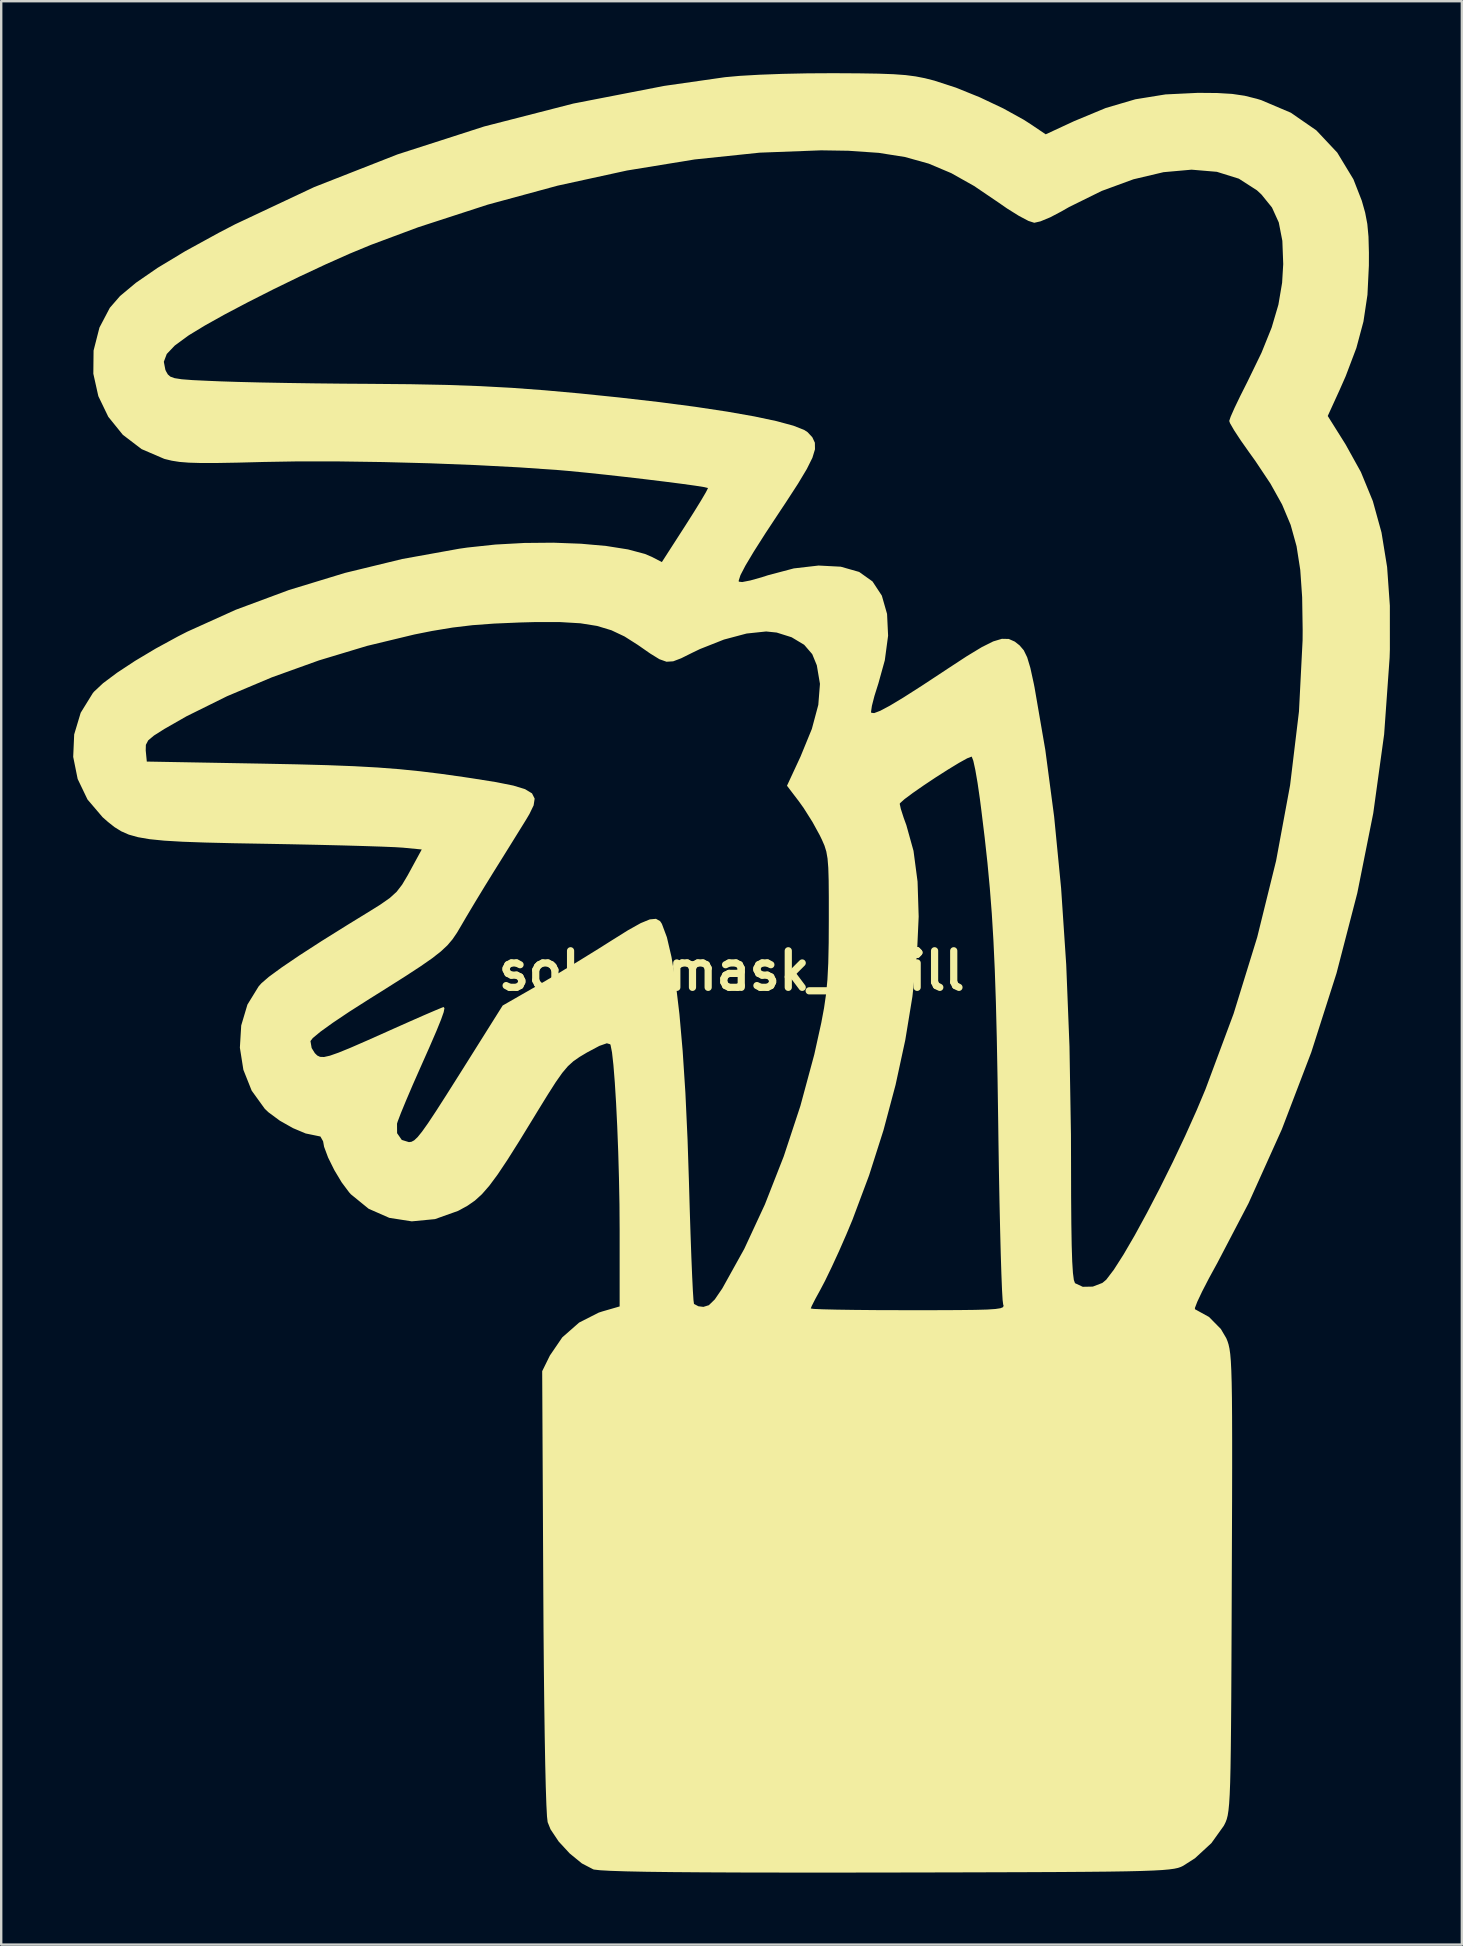
<source format=kicad_pcb>
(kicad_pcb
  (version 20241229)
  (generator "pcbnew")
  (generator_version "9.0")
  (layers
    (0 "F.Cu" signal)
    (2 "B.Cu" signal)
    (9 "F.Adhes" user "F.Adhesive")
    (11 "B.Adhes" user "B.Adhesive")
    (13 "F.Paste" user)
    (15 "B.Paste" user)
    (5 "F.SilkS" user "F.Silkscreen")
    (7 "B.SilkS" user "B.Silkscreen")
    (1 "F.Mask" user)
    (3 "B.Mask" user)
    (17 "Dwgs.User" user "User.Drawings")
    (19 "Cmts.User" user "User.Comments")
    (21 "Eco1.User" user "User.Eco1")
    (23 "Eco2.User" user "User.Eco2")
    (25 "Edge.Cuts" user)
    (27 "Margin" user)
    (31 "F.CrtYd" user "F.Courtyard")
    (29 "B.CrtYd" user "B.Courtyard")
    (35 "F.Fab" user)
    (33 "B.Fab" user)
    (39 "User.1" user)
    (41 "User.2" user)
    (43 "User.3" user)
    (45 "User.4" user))
  (footprint "soldermask_infill"
    (layer "F.Cu")
    (at 27.437 37.401)
    (property "Reference" "soldermask_infill" (at 0 0 0) (layer "F.SilkS") (effects (font (size 1.524 1.524) (thickness 0.3))))
    (attr board_only exclude_from_pos_files exclude_from_bom)
    (fp_poly (pts (xy 4.256 -37.401) (xy 5.297 -37.395) (xy 6.111 -37.382) (xy 6.746 -37.359) (xy 7.249 -37.322) (xy 7.669 -37.267) (xy 8.052 -37.192) (xy 8.444 -37.092) (xy 9.345 -36.799) (xy 10.338 -36.397) (xy 11.316 -35.934) (xy 12.175 -35.459) (xy 12.464 -35.273) (xy 13.086 -34.854) (xy 14.271 -35.404) (xy 15.587 -35.951) (xy 16.822 -36.314) (xy 18.077 -36.517) (xy 19.428 -36.582) (xy 20.235 -36.575) (xy 20.856 -36.538) (xy 21.377 -36.461) (xy 21.884 -36.334) (xy 22.065 -36.279) (xy 23.298 -35.755) (xy 24.359 -35.022) (xy 25.233 -34.093) (xy 25.907 -32.981) (xy 26.256 -32.088) (xy 26.396 -31.592) (xy 26.486 -31.12) (xy 26.535 -30.589) (xy 26.553 -29.917) (xy 26.551 -29.382) (xy 26.492 -28.167) (xy 26.325 -27.053) (xy 26.03 -25.952) (xy 25.584 -24.774) (xy 25.322 -24.18) (xy 24.837 -23.118) (xy 25.577 -21.939) (xy 26.218 -20.783) (xy 26.716 -19.571) (xy 27.077 -18.264) (xy 27.311 -16.824) (xy 27.425 -15.212) (xy 27.426 -13.391) (xy 27.415 -13.043) (xy 27.187 -9.852) (xy 26.734 -6.569) (xy 26.068 -3.237) (xy 25.203 0.1) (xy 24.151 3.395) (xy 22.924 6.606) (xy 21.536 9.687) (xy 20.24 12.167) (xy 19.888 12.811) (xy 19.601 13.367) (xy 19.4 13.793) (xy 19.303 14.047) (xy 19.304 14.101) (xy 19.89 14.424) (xy 20.384 14.926) (xy 20.608 15.306) (xy 20.66 15.432) (xy 20.704 15.57) (xy 20.742 15.742) (xy 20.774 15.966) (xy 20.799 16.264) (xy 20.819 16.655) (xy 20.834 17.16) (xy 20.845 17.799) (xy 20.851 18.592) (xy 20.854 19.56) (xy 20.854 20.722) (xy 20.851 22.099) (xy 20.845 23.711) (xy 20.838 25.497) (xy 20.831 27.35) (xy 20.824 28.948) (xy 20.817 30.313) (xy 20.808 31.462) (xy 20.798 32.418) (xy 20.786 33.199) (xy 20.771 33.826) (xy 20.752 34.319) (xy 20.729 34.698) (xy 20.701 34.983) (xy 20.668 35.195) (xy 20.628 35.352) (xy 20.581 35.476) (xy 20.527 35.586) (xy 20.504 35.629) (xy 19.989 36.348) (xy 19.304 36.979) (xy 18.81 37.295) (xy 18.715 37.34) (xy 18.599 37.38) (xy 18.443 37.414) (xy 18.23 37.443) (xy 17.943 37.469) (xy 17.562 37.49) (xy 17.072 37.508) (xy 16.453 37.523) (xy 15.688 37.535) (xy 14.76 37.544) (xy 13.65 37.552) (xy 12.34 37.558) (xy 10.814 37.563) (xy 9.053 37.568) (xy 7.039 37.572) (xy 6.522 37.573) (xy 4.21 37.576) (xy 2.163 37.575) (xy 0.373 37.572) (xy -1.169 37.565) (xy -2.473 37.555) (xy -3.547 37.542) (xy -4.401 37.524) (xy -5.044 37.503) (xy -5.483 37.478) (xy -5.73 37.45) (xy -5.766 37.441) (xy -6.242 37.193) (xy -6.747 36.78) (xy -7.208 36.281) (xy -7.547 35.774) (xy -7.668 35.473) (xy -7.695 35.233) (xy -7.721 34.736) (xy -7.746 34.001) (xy -7.769 33.047) (xy -7.79 31.891) (xy -7.809 30.552) (xy -7.826 29.048) (xy -7.84 27.398) (xy -7.849 25.812) (xy -7.895 16.682) (xy -7.574 16.03) (xy -7.059 15.275) (xy -6.357 14.658) (xy -5.54 14.243) (xy -5.393 14.195) (xy -4.964 14.071) (xy 3.295 14.071) (xy 3.427 14.089) (xy 3.799 14.105) (xy 4.379 14.119) (xy 5.132 14.13) (xy 6.024 14.138) (xy 7.022 14.141) (xy 7.36 14.142) (xy 8.523 14.141) (xy 9.439 14.137) (xy 10.137 14.129) (xy 10.644 14.115) (xy 10.989 14.092) (xy 11.2 14.06) (xy 11.305 14.017) (xy 11.331 13.961) (xy 11.313 13.901) (xy 11.29 13.721) (xy 11.265 13.293) (xy 11.239 12.643) (xy 11.212 11.798) (xy 11.186 10.785) (xy 11.16 9.63) (xy 11.136 8.359) (xy 11.115 6.999) (xy 11.108 6.453) (xy 11.079 4.507) (xy 11.047 2.8) (xy 11.009 1.293) (xy 10.963 -0.048) (xy 10.907 -1.261) (xy 10.839 -2.383) (xy 10.756 -3.45) (xy 10.658 -4.498) (xy 10.541 -5.564) (xy 10.404 -6.685) (xy 10.342 -7.167) (xy 10.247 -7.823) (xy 10.153 -8.368) (xy 10.069 -8.751) (xy 10.004 -8.92) (xy 9.996 -8.924) (xy 9.813 -8.853) (xy 9.469 -8.662) (xy 9.017 -8.387) (xy 8.51 -8.064) (xy 8.004 -7.727) (xy 7.551 -7.412) (xy 7.204 -7.154) (xy 7.019 -6.988) (xy 7.002 -6.957) (xy 7.048 -6.747) (xy 7.167 -6.376) (xy 7.279 -6.068) (xy 7.577 -4.997) (xy 7.746 -3.717) (xy 7.792 -2.258) (xy 7.719 -0.651) (xy 7.531 1.074) (xy 7.234 2.885) (xy 6.83 4.751) (xy 6.326 6.642) (xy 5.725 8.527) (xy 5.033 10.375) (xy 4.779 10.984) (xy 4.477 11.674) (xy 4.167 12.347) (xy 3.889 12.922) (xy 3.7 13.281) (xy 3.485 13.674) (xy 3.338 13.963) (xy 3.295 14.071) (xy -4.964 14.071) (xy -4.668 13.985) (xy -4.668 10.789) (xy -4.675 9.735) (xy -4.696 8.642) (xy -4.727 7.549) (xy -4.768 6.493) (xy -4.816 5.512) (xy -4.87 4.645) (xy -4.927 3.928) (xy -4.986 3.4) (xy -5.045 3.099) (xy -5.06 3.062) (xy -5.201 3.02) (xy -5.512 3.129) (xy -6.017 3.398) (xy -6.03 3.405) (xy -6.343 3.592) (xy -6.598 3.77) (xy -6.826 3.978) (xy -7.06 4.255) (xy -7.331 4.64) (xy -7.671 5.173) (xy -8.113 5.891) (xy -8.246 6.11) (xy -8.854 7.102) (xy -9.35 7.888) (xy -9.758 8.498) (xy -10.102 8.961) (xy -10.407 9.31) (xy -10.699 9.575) (xy -11.002 9.786) (xy -11.341 9.973) (xy -11.407 10.007) (xy -12.362 10.347) (xy -13.329 10.44) (xy -14.266 10.294) (xy -15.126 9.916) (xy -15.866 9.313) (xy -15.938 9.233) (xy -16.25 8.816) (xy -16.557 8.304) (xy -16.816 7.781) (xy -16.983 7.332) (xy -17.024 7.105) (xy -17.136 6.905) (xy -17.334 6.864) (xy -17.751 6.778) (xy -18.278 6.556) (xy -18.825 6.247) (xy -19.298 5.898) (xy -19.455 5.749) (xy -20 4.994) (xy -20.346 4.126) (xy -20.492 3.202) (xy -20.436 2.277) (xy -20.177 1.408) (xy -19.712 0.652) (xy -19.595 0.52) (xy -19.288 0.254) (xy -18.758 -0.134) (xy -18.022 -0.634) (xy -17.096 -1.233) (xy -15.996 -1.92) (xy -15.24 -2.384) (xy -14.655 -2.747) (xy -14.248 -3.031) (xy -13.96 -3.293) (xy -13.731 -3.59) (xy -13.499 -3.98) (xy -13.425 -4.116) (xy -12.914 -5.055) (xy -13.7 -5.131) (xy -14.021 -5.151) (xy -14.58 -5.174) (xy -15.337 -5.199) (xy -16.255 -5.225) (xy -17.297 -5.25) (xy -18.424 -5.274) (xy -19.359 -5.291) (xy -20.769 -5.316) (xy -21.933 -5.344) (xy -22.883 -5.378) (xy -23.646 -5.423) (xy -24.254 -5.484) (xy -24.735 -5.567) (xy -25.119 -5.674) (xy -25.435 -5.813) (xy -25.714 -5.986) (xy -25.985 -6.2) (xy -26.212 -6.4) (xy -26.841 -7.138) (xy -27.251 -7.993) (xy -27.437 -8.913) (xy -27.425 -9.184) (xy -24.415 -9.184) (xy -24.412 -9.15) (xy -24.37 -8.718) (xy -19.634 -8.633) (xy -18.121 -8.603) (xy -16.836 -8.568) (xy -15.728 -8.525) (xy -14.75 -8.471) (xy -13.853 -8.402) (xy -12.99 -8.315) (xy -12.111 -8.207) (xy -11.169 -8.074) (xy -10.778 -8.015) (xy -9.813 -7.861) (xy -9.098 -7.718) (xy -8.608 -7.568) (xy -8.319 -7.393) (xy -8.209 -7.174) (xy -8.252 -6.893) (xy -8.427 -6.532) (xy -8.565 -6.299) (xy -8.827 -5.876) (xy -9.183 -5.302) (xy -9.583 -4.659) (xy -9.899 -4.153) (xy -10.302 -3.501) (xy -10.706 -2.836) (xy -11.057 -2.248) (xy -11.258 -1.903) (xy -11.446 -1.585) (xy -11.631 -1.313) (xy -11.844 -1.062) (xy -12.117 -0.807) (xy -12.479 -0.523) (xy -12.963 -0.186) (xy -13.598 0.229) (xy -14.415 0.746) (xy -15.087 1.167) (xy -15.93 1.704) (xy -16.619 2.166) (xy -17.134 2.537) (xy -17.452 2.8) (xy -17.551 2.928) (xy -17.501 3.218) (xy -17.368 3.432) (xy -17.268 3.53) (xy -17.151 3.586) (xy -16.986 3.592) (xy -16.74 3.537) (xy -16.38 3.41) (xy -15.873 3.203) (xy -15.188 2.904) (xy -14.291 2.504) (xy -14.104 2.42) (xy -13.416 2.114) (xy -12.819 1.851) (xy -12.356 1.652) (xy -12.071 1.534) (xy -12.001 1.51) (xy -11.968 1.559) (xy -12 1.724) (xy -12.108 2.03) (xy -12.301 2.506) (xy -12.591 3.177) (xy -12.986 4.067) (xy -13.295 4.767) (xy -13.567 5.405) (xy -13.782 5.926) (xy -13.915 6.276) (xy -13.944 6.369) (xy -13.941 6.766) (xy -13.746 7.047) (xy -13.448 7.139) (xy -13.341 7.124) (xy -13.227 7.063) (xy -13.085 6.929) (xy -12.899 6.698) (xy -12.649 6.346) (xy -12.318 5.846) (xy -11.887 5.174) (xy -11.338 4.305) (xy -11.052 3.851) (xy -9.542 1.447) (xy -8.032 0.58) (xy -7.262 0.128) (xy -6.389 -0.399) (xy -5.539 -0.924) (xy -5.036 -1.242) (xy -4.318 -1.691) (xy -3.788 -1.987) (xy -3.411 -2.142) (xy -3.155 -2.166) (xy -2.985 -2.072) (xy -2.908 -1.956) (xy -2.699 -1.397) (xy -2.507 -0.575) (xy -2.333 0.496) (xy -2.177 1.805) (xy -2.042 3.339) (xy -1.928 5.086) (xy -1.838 7.034) (xy -1.781 8.766) (xy -1.748 9.913) (xy -1.714 10.973) (xy -1.68 11.915) (xy -1.647 12.709) (xy -1.617 13.322) (xy -1.591 13.723) (xy -1.57 13.881) (xy -1.387 13.978) (xy -1.178 14.004) (xy -0.951 13.934) (xy -0.704 13.694) (xy -0.397 13.245) (xy -0.379 13.215) (xy 0.527 11.583) (xy 1.384 9.736) (xy 2.17 7.732) (xy 2.863 5.631) (xy 3.442 3.49) (xy 3.734 2.168) (xy 3.849 1.551) (xy 3.933 0.973) (xy 3.99 0.371) (xy 4.025 -0.319) (xy 4.043 -1.161) (xy 4.048 -2.128) (xy 4.048 -3.063) (xy 4.042 -3.769) (xy 4.026 -4.292) (xy 3.995 -4.677) (xy 3.944 -4.969) (xy 3.868 -5.215) (xy 3.761 -5.46) (xy 3.671 -5.646) (xy 3.365 -6.204) (xy 3 -6.782) (xy 2.798 -7.064) (xy 2.305 -7.711) (xy 2.867 -8.921) (xy 3.341 -10.078) (xy 3.61 -11.081) (xy 3.679 -11.956) (xy 3.548 -12.729) (xy 3.357 -13.194) (xy 3.021 -13.584) (xy 2.498 -13.898) (xy 1.875 -14.094) (xy 1.436 -14.139) (xy 0.622 -14.053) (xy -0.321 -13.802) (xy -1.32 -13.407) (xy -1.65 -13.248) (xy -2.106 -13.021) (xy -2.437 -12.895) (xy -2.715 -12.878) (xy -3.01 -12.983) (xy -3.393 -13.219) (xy -3.918 -13.584) (xy -4.464 -13.931) (xy -5.01 -14.189) (xy -5.606 -14.369) (xy -6.301 -14.48) (xy -7.145 -14.53) (xy -8.186 -14.531) (xy -8.816 -14.514) (xy -9.895 -14.468) (xy -10.8 -14.401) (xy -11.63 -14.302) (xy -12.485 -14.16) (xy -13.218 -14.014) (xy -15.193 -13.538) (xy -17.196 -12.934) (xy -19.162 -12.227) (xy -21.024 -11.442) (xy -22.717 -10.604) (xy -23.64 -10.076) (xy -24.071 -9.803) (xy -24.311 -9.602) (xy -24.409 -9.416) (xy -24.415 -9.184) (xy -27.425 -9.184) (xy -27.396 -9.849) (xy -27.125 -10.752) (xy -26.62 -11.57) (xy -26.572 -11.628) (xy -26.192 -11.984) (xy -25.606 -12.422) (xy -24.86 -12.913) (xy -23.999 -13.427) (xy -23.069 -13.934) (xy -22.681 -14.132) (xy -20.664 -15.043) (xy -18.451 -15.865) (xy -16.115 -16.578) (xy -13.725 -17.159) (xy -11.354 -17.587) (xy -11.013 -17.636) (xy -9.847 -17.761) (xy -8.636 -17.827) (xy -7.43 -17.838) (xy -6.276 -17.795) (xy -5.223 -17.701) (xy -4.319 -17.558) (xy -3.612 -17.369) (xy -3.331 -17.249) (xy -2.909 -17.031) (xy -1.928 -18.554) (xy -1.569 -19.12) (xy -1.275 -19.597) (xy -1.073 -19.941) (xy -0.989 -20.108) (xy -0.989 -20.117) (xy -1.143 -20.154) (xy -1.526 -20.215) (xy -2.09 -20.293) (xy -2.792 -20.383) (xy -3.585 -20.48) (xy -4.425 -20.578) (xy -5.265 -20.672) (xy -6.061 -20.756) (xy -6.767 -20.825) (xy -7.208 -20.863) (xy -8.849 -20.977) (xy -10.664 -21.072) (xy -12.577 -21.147) (xy -14.512 -21.198) (xy -16.394 -21.225) (xy -18.145 -21.225) (xy -19.503 -21.202) (xy -20.593 -21.174) (xy -21.449 -21.159) (xy -22.11 -21.158) (xy -22.617 -21.173) (xy -23.009 -21.204) (xy -23.326 -21.254) (xy -23.608 -21.322) (xy -23.644 -21.332) (xy -24.588 -21.738) (xy -25.37 -22.335) (xy -25.975 -23.084) (xy -26.39 -23.945) (xy -26.598 -24.878) (xy -26.593 -25.376) (xy -23.661 -25.376) (xy -23.596 -25.04) (xy -23.565 -24.974) (xy -23.493 -24.849) (xy -23.389 -24.758) (xy -23.212 -24.694) (xy -22.918 -24.648) (xy -22.463 -24.613) (xy -21.804 -24.582) (xy -21.277 -24.56) (xy -20.56 -24.537) (xy -19.629 -24.514) (xy -18.548 -24.494) (xy -17.38 -24.477) (xy -16.185 -24.464) (xy -15.103 -24.457) (xy -13.388 -24.442) (xy -11.873 -24.412) (xy -10.485 -24.362) (xy -9.148 -24.29) (xy -7.788 -24.189) (xy -6.332 -24.058) (xy -4.704 -23.891) (xy -4.66 -23.886) (xy -3.015 -23.697) (xy -1.52 -23.501) (xy -0.196 -23.301) (xy 0.94 -23.101) (xy 1.868 -22.904) (xy 2.57 -22.714) (xy 3.026 -22.534) (xy 3.164 -22.443) (xy 3.361 -22.231) (xy 3.467 -22.004) (xy 3.472 -21.73) (xy 3.364 -21.376) (xy 3.131 -20.908) (xy 2.763 -20.294) (xy 2.248 -19.501) (xy 2.062 -19.222) (xy 1.413 -18.239) (xy 0.92 -17.464) (xy 0.574 -16.885) (xy 0.367 -16.487) (xy 0.293 -16.258) (xy 0.297 -16.214) (xy 0.438 -16.198) (xy 0.776 -16.264) (xy 1.251 -16.397) (xy 1.51 -16.481) (xy 2.59 -16.767) (xy 3.621 -16.886) (xy 4.546 -16.838) (xy 5.312 -16.62) (xy 5.868 -16.224) (xy 6.257 -15.632) (xy 6.475 -14.87) (xy 6.518 -13.964) (xy 6.381 -12.938) (xy 6.114 -11.976) (xy 5.95 -11.457) (xy 5.843 -11.04) (xy 5.807 -10.79) (xy 5.817 -10.75) (xy 5.939 -10.738) (xy 6.191 -10.834) (xy 6.593 -11.048) (xy 7.161 -11.39) (xy 7.914 -11.871) (xy 8.87 -12.5) (xy 8.996 -12.584) (xy 9.802 -13.111) (xy 10.423 -13.487) (xy 10.897 -13.724) (xy 11.259 -13.833) (xy 11.547 -13.827) (xy 11.796 -13.717) (xy 11.998 -13.558) (xy 12.171 -13.355) (xy 12.314 -13.061) (xy 12.446 -12.62) (xy 12.587 -11.974) (xy 12.62 -11.808) (xy 13.069 -9.202) (xy 13.437 -6.42) (xy 13.727 -3.443) (xy 13.94 -0.257) (xy 14.076 3.156) (xy 14.137 6.812) (xy 14.141 8.039) (xy 14.144 9.423) (xy 14.153 10.551) (xy 14.168 11.443) (xy 14.19 12.116) (xy 14.22 12.59) (xy 14.258 12.883) (xy 14.305 13.014) (xy 14.306 13.016) (xy 14.629 13.167) (xy 15.048 13.159) (xy 15.446 13.006) (xy 15.607 12.872) (xy 15.925 12.454) (xy 16.328 11.823) (xy 16.796 11.02) (xy 17.307 10.083) (xy 17.842 9.054) (xy 18.379 7.973) (xy 18.897 6.878) (xy 19.375 5.811) (xy 19.74 4.943) (xy 20.914 1.789) (xy 21.898 -1.398) (xy 22.685 -4.584) (xy 23.268 -7.731) (xy 23.638 -10.803) (xy 23.789 -13.766) (xy 23.792 -14.21) (xy 23.771 -15.564) (xy 23.692 -16.705) (xy 23.538 -17.691) (xy 23.292 -18.579) (xy 22.935 -19.429) (xy 22.45 -20.299) (xy 21.819 -21.246) (xy 21.555 -21.614) (xy 21.209 -22.105) (xy 20.935 -22.523) (xy 20.767 -22.814) (xy 20.732 -22.91) (xy 20.792 -23.089) (xy 20.955 -23.458) (xy 21.197 -23.961) (xy 21.491 -24.545) (xy 22.076 -25.75) (xy 22.5 -26.801) (xy 22.781 -27.755) (xy 22.936 -28.669) (xy 22.982 -29.45) (xy 22.946 -30.415) (xy 22.797 -31.181) (xy 22.514 -31.804) (xy 22.077 -32.344) (xy 21.887 -32.521) (xy 21.133 -33.006) (xy 20.217 -33.292) (xy 19.163 -33.381) (xy 17.996 -33.277) (xy 16.74 -32.98) (xy 15.419 -32.495) (xy 14.059 -31.824) (xy 13.737 -31.64) (xy 13.276 -31.397) (xy 12.865 -31.227) (xy 12.608 -31.168) (xy 12.366 -31.246) (xy 11.969 -31.456) (xy 11.479 -31.762) (xy 11.121 -32.01) (xy 10.102 -32.701) (xy 9.151 -33.236) (xy 8.21 -33.633) (xy 7.222 -33.909) (xy 6.127 -34.082) (xy 4.867 -34.169) (xy 3.729 -34.187) (xy 1.169 -34.09) (xy -1.542 -33.807) (xy -4.363 -33.346) (xy -7.252 -32.715) (xy -10.167 -31.923) (xy -13.067 -30.98) (xy -15.034 -30.247) (xy -15.913 -29.883) (xy -16.917 -29.436) (xy -17.993 -28.933) (xy -19.088 -28.4) (xy -20.148 -27.863) (xy -21.12 -27.351) (xy -21.951 -26.887) (xy -22.588 -26.5) (xy -22.642 -26.465) (xy -23.206 -26.051) (xy -23.539 -25.701) (xy -23.661 -25.376) (xy -26.593 -25.376) (xy -26.588 -25.844) (xy -26.343 -26.802) (xy -25.911 -27.625) (xy -25.486 -28.115) (xy -24.824 -28.668) (xy -23.921 -29.29) (xy -22.769 -29.985) (xy -21.364 -30.755) (xy -20.693 -31.104) (xy -17.397 -32.655) (xy -13.925 -34.017) (xy -10.314 -35.181) (xy -6.597 -36.136) (xy -2.81 -36.872) (xy -0.275 -37.235) (xy 0.336 -37.29) (xy 1.155 -37.337) (xy 2.118 -37.373) (xy 3.159 -37.395) (xy 4.214 -37.401)) (stroke (width 0) (type solid)) (fill yes) (layer "F.SilkS")))
  (gr_rect
    (start -3 -3)
    (end 57.863 77.977)
    (stroke (width 0.1) (type default))
    (fill no)
    (layer "Edge.Cuts")))
</source>
